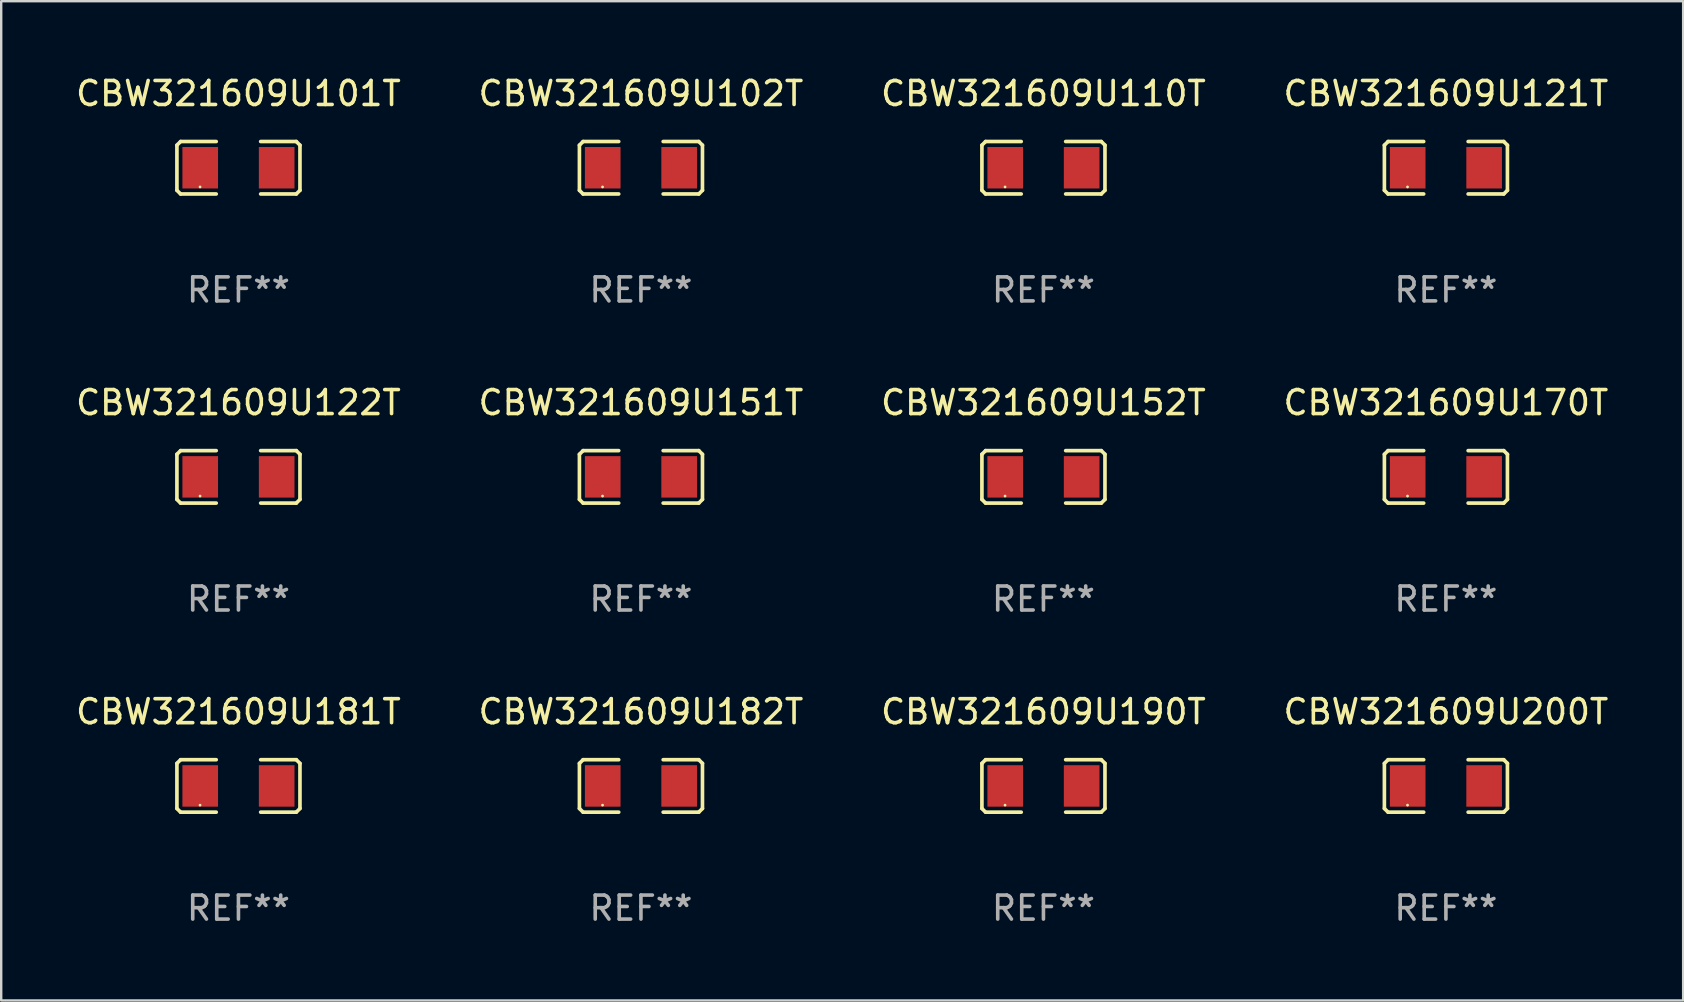
<source format=kicad_pcb>
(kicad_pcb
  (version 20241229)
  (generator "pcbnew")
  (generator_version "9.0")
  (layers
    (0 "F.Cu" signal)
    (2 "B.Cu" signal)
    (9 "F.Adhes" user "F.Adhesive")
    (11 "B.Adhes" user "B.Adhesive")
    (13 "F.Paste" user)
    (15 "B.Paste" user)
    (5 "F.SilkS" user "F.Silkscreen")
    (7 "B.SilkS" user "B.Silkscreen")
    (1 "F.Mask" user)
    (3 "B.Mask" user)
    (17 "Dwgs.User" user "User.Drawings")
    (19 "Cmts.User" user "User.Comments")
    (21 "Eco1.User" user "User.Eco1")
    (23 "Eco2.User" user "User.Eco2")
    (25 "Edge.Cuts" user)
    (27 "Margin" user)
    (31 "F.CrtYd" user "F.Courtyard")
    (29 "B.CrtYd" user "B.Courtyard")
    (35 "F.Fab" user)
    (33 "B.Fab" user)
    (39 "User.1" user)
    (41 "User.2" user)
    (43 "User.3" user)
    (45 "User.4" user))
  (footprint "CBW321609U182T"
    (layer "F.Cu")
    (at 23.661 29.704)
    (property "Reference" "CBW321609U182T" (at 0 -3.093 0) (layer "F.SilkS") (effects (font (size 1 1) (thickness 0.15))))
    (attr through_hole)
    (fp_line (start -2.564 -0.94) (end -2.411 -1.093) (stroke (width 0.152) (type solid)) (layer "F.SilkS"))
    (fp_line (start -2.564 0.94) (end -2.564 -0.94) (stroke (width 0.152) (type solid)) (layer "F.SilkS"))
    (fp_line (start -2.411 -1.093) (end -0.926 -1.093) (stroke (width 0.152) (type solid)) (layer "F.SilkS"))
    (fp_line (start -2.411 1.093) (end -2.564 0.94) (stroke (width 0.152) (type solid)) (layer "F.SilkS"))
    (fp_line (start -0.926 1.093) (end -2.411 1.093) (stroke (width 0.152) (type solid)) (layer "F.SilkS"))
    (fp_line (start 0.926 1.093) (end 2.411 1.093) (stroke (width 0.152) (type solid)) (layer "F.SilkS"))
    (fp_line (start 2.411 -1.093) (end 0.926 -1.093) (stroke (width 0.152) (type solid)) (layer "F.SilkS"))
    (fp_line (start 2.411 1.093) (end 2.564 0.94) (stroke (width 0.152) (type solid)) (layer "F.SilkS"))
    (fp_line (start 2.564 -0.94) (end 2.411 -1.093) (stroke (width 0.152) (type solid)) (layer "F.SilkS"))
    (fp_line (start 2.564 0.94) (end 2.564 -0.94) (stroke (width 0.152) (type solid)) (layer "F.SilkS"))
    (fp_circle (center -1.6 0.8) (end -1.57 0.8) (stroke (width 0.06) (type solid)) (fill no) (layer "F.SilkS"))
    (fp_text user "REF**" (at 0 5.093 0) (layer "F.Fab") (effects (font (size 1 1) (thickness 0.15))))
    (pad "1" smd rect (at -1.593 0) (size 1.485 1.728) (layers "F.Cu" "F.Mask" "F.Paste"))
    (pad "2" smd rect (at 1.593 0) (size 1.485 1.728) (layers "F.Cu" "F.Mask" "F.Paste")))
  (footprint "CBW321609U152T"
    (layer "F.Cu")
    (at 40.435 16.823)
    (property "Reference" "CBW321609U152T" (at 0 -3.093 0) (layer "F.SilkS") (effects (font (size 1 1) (thickness 0.15))))
    (attr through_hole)
    (fp_line (start -2.564 -0.94) (end -2.411 -1.093) (stroke (width 0.152) (type solid)) (layer "F.SilkS"))
    (fp_line (start -2.564 0.94) (end -2.564 -0.94) (stroke (width 0.152) (type solid)) (layer "F.SilkS"))
    (fp_line (start -2.411 -1.093) (end -0.926 -1.093) (stroke (width 0.152) (type solid)) (layer "F.SilkS"))
    (fp_line (start -2.411 1.093) (end -2.564 0.94) (stroke (width 0.152) (type solid)) (layer "F.SilkS"))
    (fp_line (start -0.926 1.093) (end -2.411 1.093) (stroke (width 0.152) (type solid)) (layer "F.SilkS"))
    (fp_line (start 0.926 1.093) (end 2.411 1.093) (stroke (width 0.152) (type solid)) (layer "F.SilkS"))
    (fp_line (start 2.411 -1.093) (end 0.926 -1.093) (stroke (width 0.152) (type solid)) (layer "F.SilkS"))
    (fp_line (start 2.411 1.093) (end 2.564 0.94) (stroke (width 0.152) (type solid)) (layer "F.SilkS"))
    (fp_line (start 2.564 -0.94) (end 2.411 -1.093) (stroke (width 0.152) (type solid)) (layer "F.SilkS"))
    (fp_line (start 2.564 0.94) (end 2.564 -0.94) (stroke (width 0.152) (type solid)) (layer "F.SilkS"))
    (fp_circle (center -1.6 0.8) (end -1.57 0.8) (stroke (width 0.06) (type solid)) (fill no) (layer "F.SilkS"))
    (fp_text user "REF**" (at 0 5.093 0) (layer "F.Fab") (effects (font (size 1 1) (thickness 0.15))))
    (pad "1" smd rect (at -1.593 0) (size 1.485 1.728) (layers "F.Cu" "F.Mask" "F.Paste"))
    (pad "2" smd rect (at 1.593 0) (size 1.485 1.728) (layers "F.Cu" "F.Mask" "F.Paste")))
  (footprint "CBW321609U110T"
    (layer "F.Cu")
    (at 40.435 3.941)
    (property "Reference" "CBW321609U110T" (at 0 -3.093 0) (layer "F.SilkS") (effects (font (size 1 1) (thickness 0.15))))
    (attr through_hole)
    (fp_line (start -2.564 -0.94) (end -2.411 -1.093) (stroke (width 0.152) (type solid)) (layer "F.SilkS"))
    (fp_line (start -2.564 0.94) (end -2.564 -0.94) (stroke (width 0.152) (type solid)) (layer "F.SilkS"))
    (fp_line (start -2.411 -1.093) (end -0.926 -1.093) (stroke (width 0.152) (type solid)) (layer "F.SilkS"))
    (fp_line (start -2.411 1.093) (end -2.564 0.94) (stroke (width 0.152) (type solid)) (layer "F.SilkS"))
    (fp_line (start -0.926 1.093) (end -2.411 1.093) (stroke (width 0.152) (type solid)) (layer "F.SilkS"))
    (fp_line (start 0.926 1.093) (end 2.411 1.093) (stroke (width 0.152) (type solid)) (layer "F.SilkS"))
    (fp_line (start 2.411 -1.093) (end 0.926 -1.093) (stroke (width 0.152) (type solid)) (layer "F.SilkS"))
    (fp_line (start 2.411 1.093) (end 2.564 0.94) (stroke (width 0.152) (type solid)) (layer "F.SilkS"))
    (fp_line (start 2.564 -0.94) (end 2.411 -1.093) (stroke (width 0.152) (type solid)) (layer "F.SilkS"))
    (fp_line (start 2.564 0.94) (end 2.564 -0.94) (stroke (width 0.152) (type solid)) (layer "F.SilkS"))
    (fp_circle (center -1.6 0.8) (end -1.57 0.8) (stroke (width 0.06) (type solid)) (fill no) (layer "F.SilkS"))
    (fp_text user "REF**" (at 0 5.093 0) (layer "F.Fab") (effects (font (size 1 1) (thickness 0.15))))
    (pad "1" smd rect (at -1.593 0) (size 1.485 1.728) (layers "F.Cu" "F.Mask" "F.Paste"))
    (pad "2" smd rect (at 1.593 0) (size 1.485 1.728) (layers "F.Cu" "F.Mask" "F.Paste")))
  (footprint "CBW321609U200T"
    (layer "F.Cu")
    (at 57.208 29.704)
    (property "Reference" "CBW321609U200T" (at 0 -3.093 0) (layer "F.SilkS") (effects (font (size 1 1) (thickness 0.15))))
    (attr through_hole)
    (fp_line (start -2.564 -0.94) (end -2.411 -1.093) (stroke (width 0.152) (type solid)) (layer "F.SilkS"))
    (fp_line (start -2.564 0.94) (end -2.564 -0.94) (stroke (width 0.152) (type solid)) (layer "F.SilkS"))
    (fp_line (start -2.411 -1.093) (end -0.926 -1.093) (stroke (width 0.152) (type solid)) (layer "F.SilkS"))
    (fp_line (start -2.411 1.093) (end -2.564 0.94) (stroke (width 0.152) (type solid)) (layer "F.SilkS"))
    (fp_line (start -0.926 1.093) (end -2.411 1.093) (stroke (width 0.152) (type solid)) (layer "F.SilkS"))
    (fp_line (start 0.926 1.093) (end 2.411 1.093) (stroke (width 0.152) (type solid)) (layer "F.SilkS"))
    (fp_line (start 2.411 -1.093) (end 0.926 -1.093) (stroke (width 0.152) (type solid)) (layer "F.SilkS"))
    (fp_line (start 2.411 1.093) (end 2.564 0.94) (stroke (width 0.152) (type solid)) (layer "F.SilkS"))
    (fp_line (start 2.564 -0.94) (end 2.411 -1.093) (stroke (width 0.152) (type solid)) (layer "F.SilkS"))
    (fp_line (start 2.564 0.94) (end 2.564 -0.94) (stroke (width 0.152) (type solid)) (layer "F.SilkS"))
    (fp_circle (center -1.6 0.8) (end -1.57 0.8) (stroke (width 0.06) (type solid)) (fill no) (layer "F.SilkS"))
    (fp_text user "REF**" (at 0 5.093 0) (layer "F.Fab") (effects (font (size 1 1) (thickness 0.15))))
    (pad "1" smd rect (at -1.593 0) (size 1.485 1.728) (layers "F.Cu" "F.Mask" "F.Paste"))
    (pad "2" smd rect (at 1.593 0) (size 1.485 1.728) (layers "F.Cu" "F.Mask" "F.Paste")))
  (footprint "CBW321609U170T"
    (layer "F.Cu")
    (at 57.208 16.823)
    (property "Reference" "CBW321609U170T" (at 0 -3.093 0) (layer "F.SilkS") (effects (font (size 1 1) (thickness 0.15))))
    (attr through_hole)
    (fp_line (start -2.564 -0.94) (end -2.411 -1.093) (stroke (width 0.152) (type solid)) (layer "F.SilkS"))
    (fp_line (start -2.564 0.94) (end -2.564 -0.94) (stroke (width 0.152) (type solid)) (layer "F.SilkS"))
    (fp_line (start -2.411 -1.093) (end -0.926 -1.093) (stroke (width 0.152) (type solid)) (layer "F.SilkS"))
    (fp_line (start -2.411 1.093) (end -2.564 0.94) (stroke (width 0.152) (type solid)) (layer "F.SilkS"))
    (fp_line (start -0.926 1.093) (end -2.411 1.093) (stroke (width 0.152) (type solid)) (layer "F.SilkS"))
    (fp_line (start 0.926 1.093) (end 2.411 1.093) (stroke (width 0.152) (type solid)) (layer "F.SilkS"))
    (fp_line (start 2.411 -1.093) (end 0.926 -1.093) (stroke (width 0.152) (type solid)) (layer "F.SilkS"))
    (fp_line (start 2.411 1.093) (end 2.564 0.94) (stroke (width 0.152) (type solid)) (layer "F.SilkS"))
    (fp_line (start 2.564 -0.94) (end 2.411 -1.093) (stroke (width 0.152) (type solid)) (layer "F.SilkS"))
    (fp_line (start 2.564 0.94) (end 2.564 -0.94) (stroke (width 0.152) (type solid)) (layer "F.SilkS"))
    (fp_circle (center -1.6 0.8) (end -1.57 0.8) (stroke (width 0.06) (type solid)) (fill no) (layer "F.SilkS"))
    (fp_text user "REF**" (at 0 5.093 0) (layer "F.Fab") (effects (font (size 1 1) (thickness 0.15))))
    (pad "1" smd rect (at -1.593 0) (size 1.485 1.728) (layers "F.Cu" "F.Mask" "F.Paste"))
    (pad "2" smd rect (at 1.593 0) (size 1.485 1.728) (layers "F.Cu" "F.Mask" "F.Paste")))
  (footprint "CBW321609U121T"
    (layer "F.Cu")
    (at 57.208 3.941)
    (property "Reference" "CBW321609U121T" (at 0 -3.093 0) (layer "F.SilkS") (effects (font (size 1 1) (thickness 0.15))))
    (attr through_hole)
    (fp_line (start -2.564 -0.94) (end -2.411 -1.093) (stroke (width 0.152) (type solid)) (layer "F.SilkS"))
    (fp_line (start -2.564 0.94) (end -2.564 -0.94) (stroke (width 0.152) (type solid)) (layer "F.SilkS"))
    (fp_line (start -2.411 -1.093) (end -0.926 -1.093) (stroke (width 0.152) (type solid)) (layer "F.SilkS"))
    (fp_line (start -2.411 1.093) (end -2.564 0.94) (stroke (width 0.152) (type solid)) (layer "F.SilkS"))
    (fp_line (start -0.926 1.093) (end -2.411 1.093) (stroke (width 0.152) (type solid)) (layer "F.SilkS"))
    (fp_line (start 0.926 1.093) (end 2.411 1.093) (stroke (width 0.152) (type solid)) (layer "F.SilkS"))
    (fp_line (start 2.411 -1.093) (end 0.926 -1.093) (stroke (width 0.152) (type solid)) (layer "F.SilkS"))
    (fp_line (start 2.411 1.093) (end 2.564 0.94) (stroke (width 0.152) (type solid)) (layer "F.SilkS"))
    (fp_line (start 2.564 -0.94) (end 2.411 -1.093) (stroke (width 0.152) (type solid)) (layer "F.SilkS"))
    (fp_line (start 2.564 0.94) (end 2.564 -0.94) (stroke (width 0.152) (type solid)) (layer "F.SilkS"))
    (fp_circle (center -1.6 0.8) (end -1.57 0.8) (stroke (width 0.06) (type solid)) (fill no) (layer "F.SilkS"))
    (fp_text user "REF**" (at 0 5.093 0) (layer "F.Fab") (effects (font (size 1 1) (thickness 0.15))))
    (pad "1" smd rect (at -1.593 0) (size 1.485 1.728) (layers "F.Cu" "F.Mask" "F.Paste"))
    (pad "2" smd rect (at 1.593 0) (size 1.485 1.728) (layers "F.Cu" "F.Mask" "F.Paste")))
  (footprint "CBW321609U101T"
    (layer "F.Cu")
    (at 6.887 3.941)
    (property "Reference" "CBW321609U101T" (at 0 -3.093 0) (layer "F.SilkS") (effects (font (size 1 1) (thickness 0.15))))
    (attr through_hole)
    (fp_line (start -2.564 -0.94) (end -2.411 -1.093) (stroke (width 0.152) (type solid)) (layer "F.SilkS"))
    (fp_line (start -2.564 0.94) (end -2.564 -0.94) (stroke (width 0.152) (type solid)) (layer "F.SilkS"))
    (fp_line (start -2.411 -1.093) (end -0.926 -1.093) (stroke (width 0.152) (type solid)) (layer "F.SilkS"))
    (fp_line (start -2.411 1.093) (end -2.564 0.94) (stroke (width 0.152) (type solid)) (layer "F.SilkS"))
    (fp_line (start -0.926 1.093) (end -2.411 1.093) (stroke (width 0.152) (type solid)) (layer "F.SilkS"))
    (fp_line (start 0.926 1.093) (end 2.411 1.093) (stroke (width 0.152) (type solid)) (layer "F.SilkS"))
    (fp_line (start 2.411 -1.093) (end 0.926 -1.093) (stroke (width 0.152) (type solid)) (layer "F.SilkS"))
    (fp_line (start 2.411 1.093) (end 2.564 0.94) (stroke (width 0.152) (type solid)) (layer "F.SilkS"))
    (fp_line (start 2.564 -0.94) (end 2.411 -1.093) (stroke (width 0.152) (type solid)) (layer "F.SilkS"))
    (fp_line (start 2.564 0.94) (end 2.564 -0.94) (stroke (width 0.152) (type solid)) (layer "F.SilkS"))
    (fp_circle (center -1.6 0.8) (end -1.57 0.8) (stroke (width 0.06) (type solid)) (fill no) (layer "F.SilkS"))
    (fp_text user "REF**" (at 0 5.093 0) (layer "F.Fab") (effects (font (size 1 1) (thickness 0.15))))
    (pad "1" smd rect (at -1.593 0) (size 1.485 1.728) (layers "F.Cu" "F.Mask" "F.Paste"))
    (pad "2" smd rect (at 1.593 0) (size 1.485 1.728) (layers "F.Cu" "F.Mask" "F.Paste")))
  (footprint "CBW321609U102T"
    (layer "F.Cu")
    (at 23.661 3.941)
    (property "Reference" "CBW321609U102T" (at 0 -3.093 0) (layer "F.SilkS") (effects (font (size 1 1) (thickness 0.15))))
    (attr through_hole)
    (fp_line (start -2.564 -0.94) (end -2.411 -1.093) (stroke (width 0.152) (type solid)) (layer "F.SilkS"))
    (fp_line (start -2.564 0.94) (end -2.564 -0.94) (stroke (width 0.152) (type solid)) (layer "F.SilkS"))
    (fp_line (start -2.411 -1.093) (end -0.926 -1.093) (stroke (width 0.152) (type solid)) (layer "F.SilkS"))
    (fp_line (start -2.411 1.093) (end -2.564 0.94) (stroke (width 0.152) (type solid)) (layer "F.SilkS"))
    (fp_line (start -0.926 1.093) (end -2.411 1.093) (stroke (width 0.152) (type solid)) (layer "F.SilkS"))
    (fp_line (start 0.926 1.093) (end 2.411 1.093) (stroke (width 0.152) (type solid)) (layer "F.SilkS"))
    (fp_line (start 2.411 -1.093) (end 0.926 -1.093) (stroke (width 0.152) (type solid)) (layer "F.SilkS"))
    (fp_line (start 2.411 1.093) (end 2.564 0.94) (stroke (width 0.152) (type solid)) (layer "F.SilkS"))
    (fp_line (start 2.564 -0.94) (end 2.411 -1.093) (stroke (width 0.152) (type solid)) (layer "F.SilkS"))
    (fp_line (start 2.564 0.94) (end 2.564 -0.94) (stroke (width 0.152) (type solid)) (layer "F.SilkS"))
    (fp_circle (center -1.6 0.8) (end -1.57 0.8) (stroke (width 0.06) (type solid)) (fill no) (layer "F.SilkS"))
    (fp_text user "REF**" (at 0 5.093 0) (layer "F.Fab") (effects (font (size 1 1) (thickness 0.15))))
    (pad "1" smd rect (at -1.593 0) (size 1.485 1.728) (layers "F.Cu" "F.Mask" "F.Paste"))
    (pad "2" smd rect (at 1.593 0) (size 1.485 1.728) (layers "F.Cu" "F.Mask" "F.Paste")))
  (footprint "CBW321609U181T"
    (layer "F.Cu")
    (at 6.887 29.704)
    (property "Reference" "CBW321609U181T" (at 0 -3.093 0) (layer "F.SilkS") (effects (font (size 1 1) (thickness 0.15))))
    (attr through_hole)
    (fp_line (start -2.564 -0.94) (end -2.411 -1.093) (stroke (width 0.152) (type solid)) (layer "F.SilkS"))
    (fp_line (start -2.564 0.94) (end -2.564 -0.94) (stroke (width 0.152) (type solid)) (layer "F.SilkS"))
    (fp_line (start -2.411 -1.093) (end -0.926 -1.093) (stroke (width 0.152) (type solid)) (layer "F.SilkS"))
    (fp_line (start -2.411 1.093) (end -2.564 0.94) (stroke (width 0.152) (type solid)) (layer "F.SilkS"))
    (fp_line (start -0.926 1.093) (end -2.411 1.093) (stroke (width 0.152) (type solid)) (layer "F.SilkS"))
    (fp_line (start 0.926 1.093) (end 2.411 1.093) (stroke (width 0.152) (type solid)) (layer "F.SilkS"))
    (fp_line (start 2.411 -1.093) (end 0.926 -1.093) (stroke (width 0.152) (type solid)) (layer "F.SilkS"))
    (fp_line (start 2.411 1.093) (end 2.564 0.94) (stroke (width 0.152) (type solid)) (layer "F.SilkS"))
    (fp_line (start 2.564 -0.94) (end 2.411 -1.093) (stroke (width 0.152) (type solid)) (layer "F.SilkS"))
    (fp_line (start 2.564 0.94) (end 2.564 -0.94) (stroke (width 0.152) (type solid)) (layer "F.SilkS"))
    (fp_circle (center -1.6 0.8) (end -1.57 0.8) (stroke (width 0.06) (type solid)) (fill no) (layer "F.SilkS"))
    (fp_text user "REF**" (at 0 5.093 0) (layer "F.Fab") (effects (font (size 1 1) (thickness 0.15))))
    (pad "1" smd rect (at -1.593 0) (size 1.485 1.728) (layers "F.Cu" "F.Mask" "F.Paste"))
    (pad "2" smd rect (at 1.593 0) (size 1.485 1.728) (layers "F.Cu" "F.Mask" "F.Paste")))
  (footprint "CBW321609U151T"
    (layer "F.Cu")
    (at 23.661 16.823)
    (property "Reference" "CBW321609U151T" (at 0 -3.093 0) (layer "F.SilkS") (effects (font (size 1 1) (thickness 0.15))))
    (attr through_hole)
    (fp_line (start -2.564 -0.94) (end -2.411 -1.093) (stroke (width 0.152) (type solid)) (layer "F.SilkS"))
    (fp_line (start -2.564 0.94) (end -2.564 -0.94) (stroke (width 0.152) (type solid)) (layer "F.SilkS"))
    (fp_line (start -2.411 -1.093) (end -0.926 -1.093) (stroke (width 0.152) (type solid)) (layer "F.SilkS"))
    (fp_line (start -2.411 1.093) (end -2.564 0.94) (stroke (width 0.152) (type solid)) (layer "F.SilkS"))
    (fp_line (start -0.926 1.093) (end -2.411 1.093) (stroke (width 0.152) (type solid)) (layer "F.SilkS"))
    (fp_line (start 0.926 1.093) (end 2.411 1.093) (stroke (width 0.152) (type solid)) (layer "F.SilkS"))
    (fp_line (start 2.411 -1.093) (end 0.926 -1.093) (stroke (width 0.152) (type solid)) (layer "F.SilkS"))
    (fp_line (start 2.411 1.093) (end 2.564 0.94) (stroke (width 0.152) (type solid)) (layer "F.SilkS"))
    (fp_line (start 2.564 -0.94) (end 2.411 -1.093) (stroke (width 0.152) (type solid)) (layer "F.SilkS"))
    (fp_line (start 2.564 0.94) (end 2.564 -0.94) (stroke (width 0.152) (type solid)) (layer "F.SilkS"))
    (fp_circle (center -1.6 0.8) (end -1.57 0.8) (stroke (width 0.06) (type solid)) (fill no) (layer "F.SilkS"))
    (fp_text user "REF**" (at 0 5.093 0) (layer "F.Fab") (effects (font (size 1 1) (thickness 0.15))))
    (pad "1" smd rect (at -1.593 0) (size 1.485 1.728) (layers "F.Cu" "F.Mask" "F.Paste"))
    (pad "2" smd rect (at 1.593 0) (size 1.485 1.728) (layers "F.Cu" "F.Mask" "F.Paste")))
  (footprint "CBW321609U122T"
    (layer "F.Cu")
    (at 6.887 16.823)
    (property "Reference" "CBW321609U122T" (at 0 -3.093 0) (layer "F.SilkS") (effects (font (size 1 1) (thickness 0.15))))
    (attr through_hole)
    (fp_line (start -2.564 -0.94) (end -2.411 -1.093) (stroke (width 0.152) (type solid)) (layer "F.SilkS"))
    (fp_line (start -2.564 0.94) (end -2.564 -0.94) (stroke (width 0.152) (type solid)) (layer "F.SilkS"))
    (fp_line (start -2.411 -1.093) (end -0.926 -1.093) (stroke (width 0.152) (type solid)) (layer "F.SilkS"))
    (fp_line (start -2.411 1.093) (end -2.564 0.94) (stroke (width 0.152) (type solid)) (layer "F.SilkS"))
    (fp_line (start -0.926 1.093) (end -2.411 1.093) (stroke (width 0.152) (type solid)) (layer "F.SilkS"))
    (fp_line (start 0.926 1.093) (end 2.411 1.093) (stroke (width 0.152) (type solid)) (layer "F.SilkS"))
    (fp_line (start 2.411 -1.093) (end 0.926 -1.093) (stroke (width 0.152) (type solid)) (layer "F.SilkS"))
    (fp_line (start 2.411 1.093) (end 2.564 0.94) (stroke (width 0.152) (type solid)) (layer "F.SilkS"))
    (fp_line (start 2.564 -0.94) (end 2.411 -1.093) (stroke (width 0.152) (type solid)) (layer "F.SilkS"))
    (fp_line (start 2.564 0.94) (end 2.564 -0.94) (stroke (width 0.152) (type solid)) (layer "F.SilkS"))
    (fp_circle (center -1.6 0.8) (end -1.57 0.8) (stroke (width 0.06) (type solid)) (fill no) (layer "F.SilkS"))
    (fp_text user "REF**" (at 0 5.093 0) (layer "F.Fab") (effects (font (size 1 1) (thickness 0.15))))
    (pad "1" smd rect (at -1.593 0) (size 1.485 1.728) (layers "F.Cu" "F.Mask" "F.Paste"))
    (pad "2" smd rect (at 1.593 0) (size 1.485 1.728) (layers "F.Cu" "F.Mask" "F.Paste")))
  (footprint "CBW321609U190T"
    (layer "F.Cu")
    (at 40.435 29.704)
    (property "Reference" "CBW321609U190T" (at 0 -3.093 0) (layer "F.SilkS") (effects (font (size 1 1) (thickness 0.15))))
    (attr through_hole)
    (fp_line (start -2.564 -0.94) (end -2.411 -1.093) (stroke (width 0.152) (type solid)) (layer "F.SilkS"))
    (fp_line (start -2.564 0.94) (end -2.564 -0.94) (stroke (width 0.152) (type solid)) (layer "F.SilkS"))
    (fp_line (start -2.411 -1.093) (end -0.926 -1.093) (stroke (width 0.152) (type solid)) (layer "F.SilkS"))
    (fp_line (start -2.411 1.093) (end -2.564 0.94) (stroke (width 0.152) (type solid)) (layer "F.SilkS"))
    (fp_line (start -0.926 1.093) (end -2.411 1.093) (stroke (width 0.152) (type solid)) (layer "F.SilkS"))
    (fp_line (start 0.926 1.093) (end 2.411 1.093) (stroke (width 0.152) (type solid)) (layer "F.SilkS"))
    (fp_line (start 2.411 -1.093) (end 0.926 -1.093) (stroke (width 0.152) (type solid)) (layer "F.SilkS"))
    (fp_line (start 2.411 1.093) (end 2.564 0.94) (stroke (width 0.152) (type solid)) (layer "F.SilkS"))
    (fp_line (start 2.564 -0.94) (end 2.411 -1.093) (stroke (width 0.152) (type solid)) (layer "F.SilkS"))
    (fp_line (start 2.564 0.94) (end 2.564 -0.94) (stroke (width 0.152) (type solid)) (layer "F.SilkS"))
    (fp_circle (center -1.6 0.8) (end -1.57 0.8) (stroke (width 0.06) (type solid)) (fill no) (layer "F.SilkS"))
    (fp_text user "REF**" (at 0 5.093 0) (layer "F.Fab") (effects (font (size 1 1) (thickness 0.15))))
    (pad "1" smd rect (at -1.593 0) (size 1.485 1.728) (layers "F.Cu" "F.Mask" "F.Paste"))
    (pad "2" smd rect (at 1.593 0) (size 1.485 1.728) (layers "F.Cu" "F.Mask" "F.Paste")))
  (gr_rect
    (start -3 -3)
    (end 67.095 38.645)
    (stroke (width 0.1) (type default))
    (fill no)
    (layer "Edge.Cuts")))
</source>
